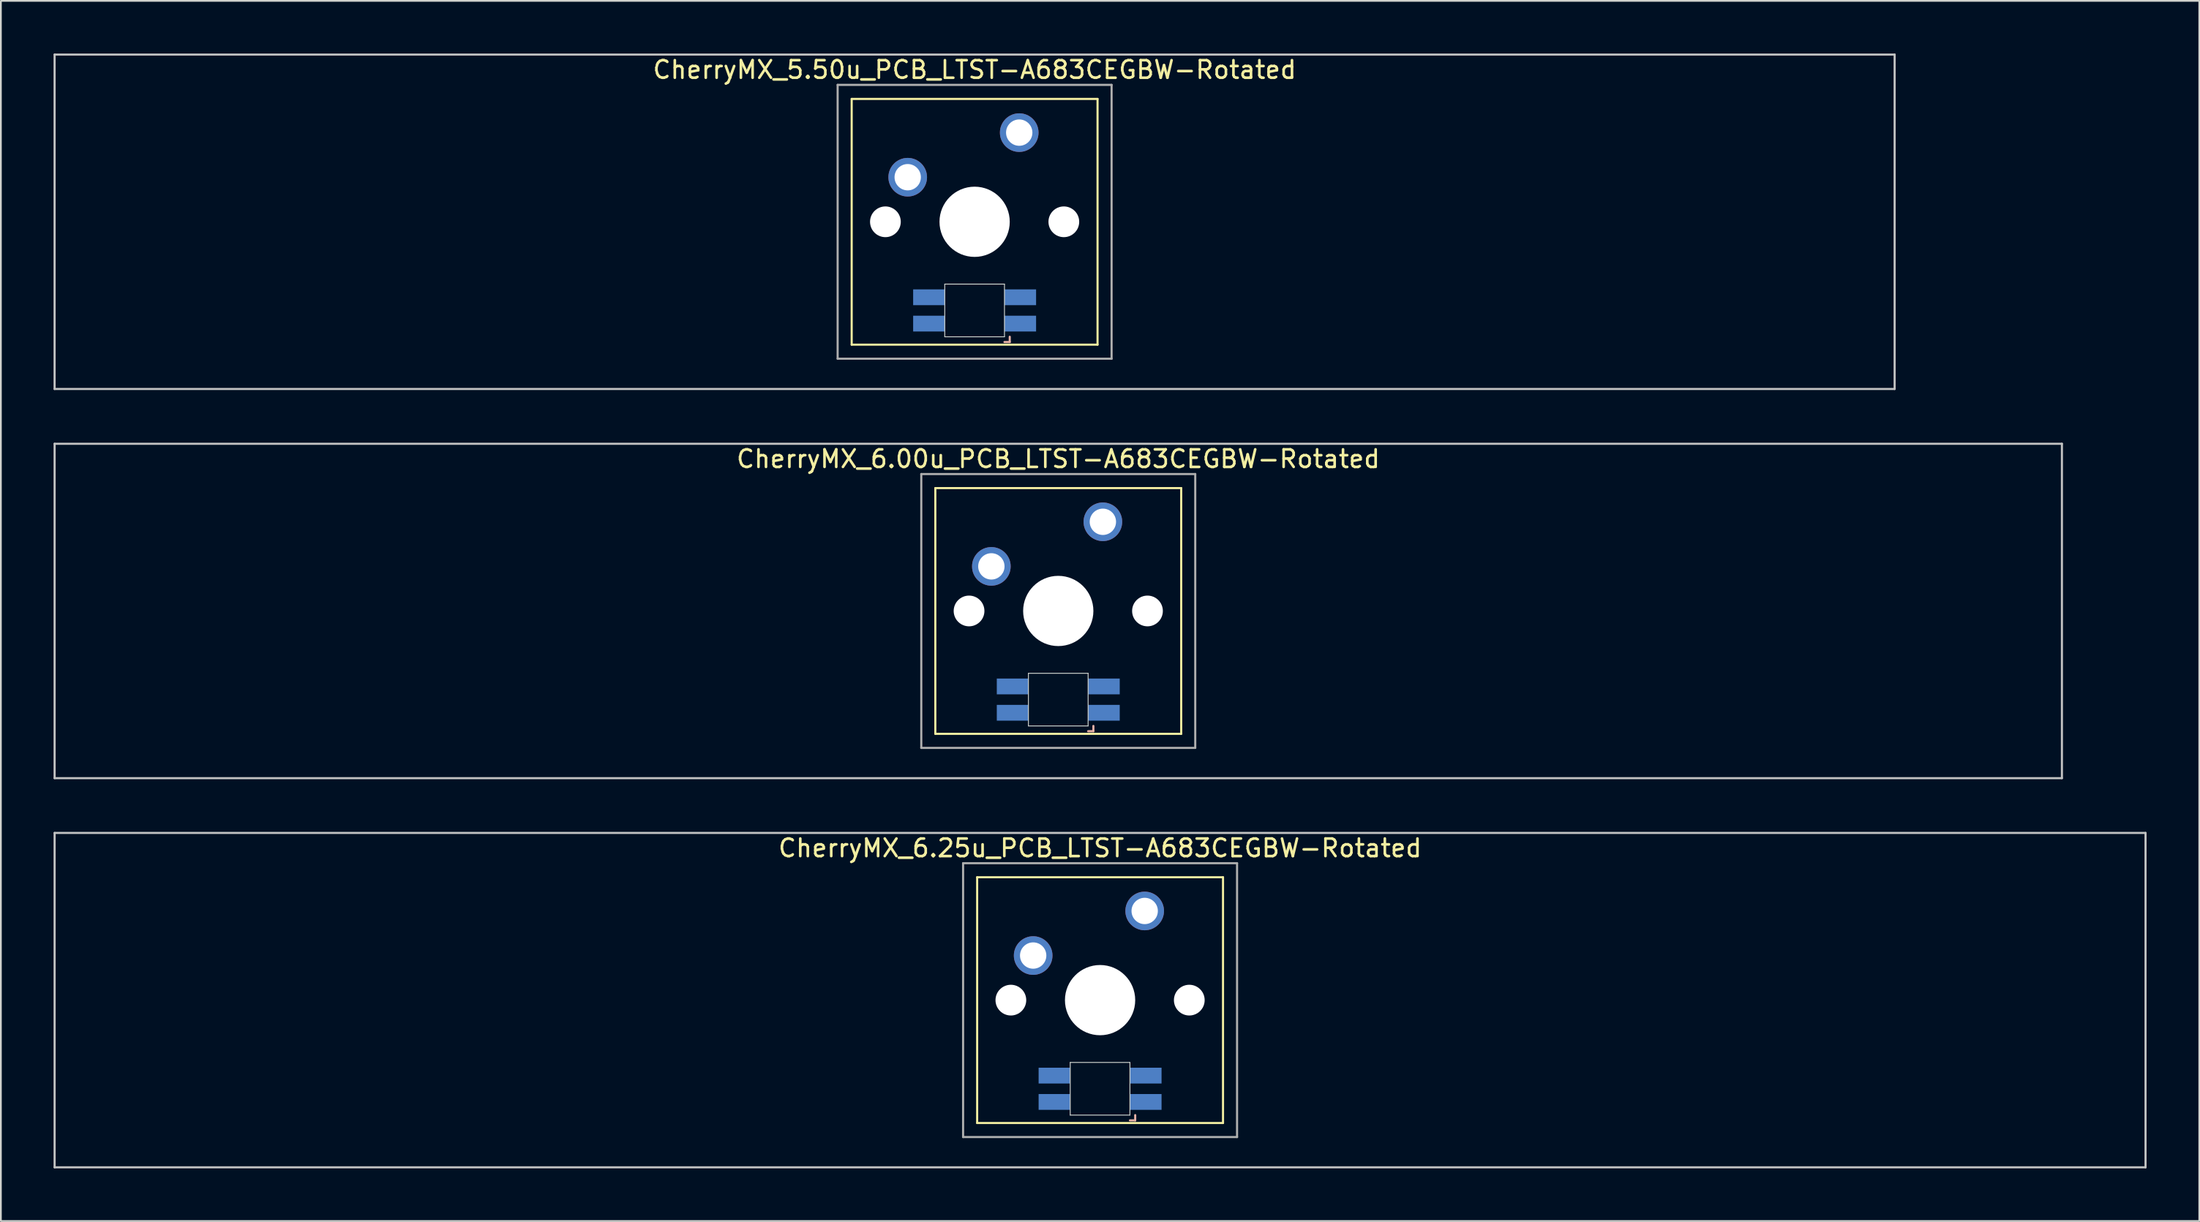
<source format=kicad_pcb>
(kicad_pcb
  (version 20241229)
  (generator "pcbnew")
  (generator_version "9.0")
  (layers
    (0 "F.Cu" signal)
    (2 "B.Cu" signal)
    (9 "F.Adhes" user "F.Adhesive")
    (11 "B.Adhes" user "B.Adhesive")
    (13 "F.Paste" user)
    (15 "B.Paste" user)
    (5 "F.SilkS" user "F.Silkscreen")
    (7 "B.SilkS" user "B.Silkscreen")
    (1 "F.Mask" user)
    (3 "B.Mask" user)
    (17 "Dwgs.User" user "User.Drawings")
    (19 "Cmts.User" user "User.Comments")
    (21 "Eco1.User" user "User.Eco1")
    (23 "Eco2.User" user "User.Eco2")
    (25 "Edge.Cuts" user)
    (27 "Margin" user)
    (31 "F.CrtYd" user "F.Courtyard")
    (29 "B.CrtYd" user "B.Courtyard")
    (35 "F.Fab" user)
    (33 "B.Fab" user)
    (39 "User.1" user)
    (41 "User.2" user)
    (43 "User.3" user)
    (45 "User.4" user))
  (footprint "CherryMX_6.00u_PCB_LTST-A683CEGBW-Rotated"
    (layer "F.Cu")
    (at 57.21 31.755)
    (property "Reference" "CherryMX_6.00u_PCB_LTST-A683CEGBW-Rotated" (at 0 -8.662 0) (layer "F.SilkS") (effects (font (size 1 1) (thickness 0.15))))
    (attr through_hole)
    (fp_line (start -7 -7) (end -7 7) (stroke (width 0.12) (type solid)) (layer "F.SilkS"))
    (fp_line (start -7 -7) (end 7 -7) (stroke (width 0.12) (type solid)) (layer "F.SilkS"))
    (fp_line (start 7 -7) (end 7 7) (stroke (width 0.12) (type solid)) (layer "F.SilkS"))
    (fp_line (start 7 7) (end -7 7) (stroke (width 0.12) (type solid)) (layer "F.SilkS"))
    (fp_line (start 1.7 6.85) (end 2 6.85) (stroke (width 0.12) (type solid)) (layer "B.SilkS"))
    (fp_line (start 2 6.85) (end 2 6.55) (stroke (width 0.12) (type solid)) (layer "B.SilkS"))
    (fp_line (start -57.15 -9.525) (end 57.15 -9.525) (stroke (width 0.12) (type solid)) (layer "Dwgs.User"))
    (fp_line (start -57.15 9.525) (end -57.15 -9.525) (stroke (width 0.12) (type solid)) (layer "Dwgs.User"))
    (fp_line (start 57.15 -9.525) (end 57.15 9.525) (stroke (width 0.12) (type solid)) (layer "Dwgs.User"))
    (fp_line (start 57.15 9.525) (end -57.15 9.525) (stroke (width 0.12) (type solid)) (layer "Dwgs.User"))
    (fp_line (start -1.7 3.55) (end 1.7 3.55) (stroke (width 0.05) (type solid)) (layer "Edge.Cuts"))
    (fp_line (start -1.7 6.55) (end -1.7 3.55) (stroke (width 0.05) (type solid)) (layer "Edge.Cuts"))
    (fp_line (start 1.7 3.55) (end 1.7 6.55) (stroke (width 0.05) (type solid)) (layer "Edge.Cuts"))
    (fp_line (start 1.7 6.55) (end -1.7 6.55) (stroke (width 0.05) (type solid)) (layer "Edge.Cuts"))
    (fp_line (start -7.8 -7.8) (end -7.8 7.8) (stroke (width 0.12) (type solid)) (layer "F.Fab"))
    (fp_line (start -7.8 -7.8) (end 7.8 -7.8) (stroke (width 0.12) (type solid)) (layer "F.Fab"))
    (fp_line (start -7.8 7.8) (end 7.8 7.8) (stroke (width 0.12) (type solid)) (layer "F.Fab"))
    (fp_line (start 7.8 -7.8) (end 7.8 7.8) (stroke (width 0.12) (type solid)) (layer "F.Fab"))
    (pad "" np_thru_hole circle (at -5.08 0) (size 1.75 1.75) (drill 1.75) (layers "*.Cu" "*.Mask"))
    (pad "" np_thru_hole circle (at 0 0) (size 4 4) (drill 4) (layers "*.Cu" "*.Mask"))
    (pad "" np_thru_hole circle (at 5.08 0) (size 1.75 1.75) (drill 1.75) (layers "*.Cu" "*.Mask"))
    (pad "1" thru_hole circle (at -3.81 -2.54) (size 2.2 2.2) (drill 1.5) (layers "*.Cu" "*.Mask"))
    (pad "2" thru_hole circle (at 2.54 -5.08) (size 2.2 2.2) (drill 1.5) (layers "*.Cu" "*.Mask"))
    (pad "3" smd rect (at 2.6 5.8) (size 1.8 0.9) (layers "B.Cu" "B.Mask" "B.Paste"))
    (pad "4" smd rect (at 2.6 4.3) (size 1.8 0.9) (layers "B.Cu" "B.Mask" "B.Paste"))
    (pad "5" smd rect (at -2.6 5.8) (size 1.8 0.9) (layers "B.Cu" "B.Mask" "B.Paste"))
    (pad "6" smd rect (at -2.6 4.3) (size 1.8 0.9) (layers "B.Cu" "B.Mask" "B.Paste")))
  (footprint "CherryMX_5.50u_PCB_LTST-A683CEGBW-Rotated"
    (layer "F.Cu")
    (at 52.447 9.585)
    (property "Reference" "CherryMX_5.50u_PCB_LTST-A683CEGBW-Rotated" (at 0 -8.662 0) (layer "F.SilkS") (effects (font (size 1 1) (thickness 0.15))))
    (attr through_hole)
    (fp_line (start -7 -7) (end -7 7) (stroke (width 0.12) (type solid)) (layer "F.SilkS"))
    (fp_line (start -7 -7) (end 7 -7) (stroke (width 0.12) (type solid)) (layer "F.SilkS"))
    (fp_line (start 7 -7) (end 7 7) (stroke (width 0.12) (type solid)) (layer "F.SilkS"))
    (fp_line (start 7 7) (end -7 7) (stroke (width 0.12) (type solid)) (layer "F.SilkS"))
    (fp_line (start 1.7 6.85) (end 2 6.85) (stroke (width 0.12) (type solid)) (layer "B.SilkS"))
    (fp_line (start 2 6.85) (end 2 6.55) (stroke (width 0.12) (type solid)) (layer "B.SilkS"))
    (fp_line (start -52.388 -9.525) (end 52.388 -9.525) (stroke (width 0.12) (type solid)) (layer "Dwgs.User"))
    (fp_line (start -52.388 9.525) (end -52.388 -9.525) (stroke (width 0.12) (type solid)) (layer "Dwgs.User"))
    (fp_line (start 52.388 -9.525) (end 52.388 9.525) (stroke (width 0.12) (type solid)) (layer "Dwgs.User"))
    (fp_line (start 52.388 9.525) (end -52.388 9.525) (stroke (width 0.12) (type solid)) (layer "Dwgs.User"))
    (fp_line (start -1.7 3.55) (end 1.7 3.55) (stroke (width 0.05) (type solid)) (layer "Edge.Cuts"))
    (fp_line (start -1.7 6.55) (end -1.7 3.55) (stroke (width 0.05) (type solid)) (layer "Edge.Cuts"))
    (fp_line (start 1.7 3.55) (end 1.7 6.55) (stroke (width 0.05) (type solid)) (layer "Edge.Cuts"))
    (fp_line (start 1.7 6.55) (end -1.7 6.55) (stroke (width 0.05) (type solid)) (layer "Edge.Cuts"))
    (fp_line (start -7.8 -7.8) (end -7.8 7.8) (stroke (width 0.12) (type solid)) (layer "F.Fab"))
    (fp_line (start -7.8 -7.8) (end 7.8 -7.8) (stroke (width 0.12) (type solid)) (layer "F.Fab"))
    (fp_line (start -7.8 7.8) (end 7.8 7.8) (stroke (width 0.12) (type solid)) (layer "F.Fab"))
    (fp_line (start 7.8 -7.8) (end 7.8 7.8) (stroke (width 0.12) (type solid)) (layer "F.Fab"))
    (pad "" np_thru_hole circle (at -5.08 0) (size 1.75 1.75) (drill 1.75) (layers "*.Cu" "*.Mask"))
    (pad "" np_thru_hole circle (at 0 0) (size 4 4) (drill 4) (layers "*.Cu" "*.Mask"))
    (pad "" np_thru_hole circle (at 5.08 0) (size 1.75 1.75) (drill 1.75) (layers "*.Cu" "*.Mask"))
    (pad "1" thru_hole circle (at -3.81 -2.54) (size 2.2 2.2) (drill 1.5) (layers "*.Cu" "*.Mask"))
    (pad "2" thru_hole circle (at 2.54 -5.08) (size 2.2 2.2) (drill 1.5) (layers "*.Cu" "*.Mask"))
    (pad "3" smd rect (at 2.6 5.8) (size 1.8 0.9) (layers "B.Cu" "B.Mask" "B.Paste"))
    (pad "4" smd rect (at 2.6 4.3) (size 1.8 0.9) (layers "B.Cu" "B.Mask" "B.Paste"))
    (pad "5" smd rect (at -2.6 5.8) (size 1.8 0.9) (layers "B.Cu" "B.Mask" "B.Paste"))
    (pad "6" smd rect (at -2.6 4.3) (size 1.8 0.9) (layers "B.Cu" "B.Mask" "B.Paste")))
  (footprint "CherryMX_6.25u_PCB_LTST-A683CEGBW-Rotated"
    (layer "F.Cu")
    (at 59.591 53.925)
    (property "Reference" "CherryMX_6.25u_PCB_LTST-A683CEGBW-Rotated" (at 0 -8.662 0) (layer "F.SilkS") (effects (font (size 1 1) (thickness 0.15))))
    (attr through_hole)
    (fp_line (start -7 -7) (end -7 7) (stroke (width 0.12) (type solid)) (layer "F.SilkS"))
    (fp_line (start -7 -7) (end 7 -7) (stroke (width 0.12) (type solid)) (layer "F.SilkS"))
    (fp_line (start 7 -7) (end 7 7) (stroke (width 0.12) (type solid)) (layer "F.SilkS"))
    (fp_line (start 7 7) (end -7 7) (stroke (width 0.12) (type solid)) (layer "F.SilkS"))
    (fp_line (start 1.7 6.85) (end 2 6.85) (stroke (width 0.12) (type solid)) (layer "B.SilkS"))
    (fp_line (start 2 6.85) (end 2 6.55) (stroke (width 0.12) (type solid)) (layer "B.SilkS"))
    (fp_line (start -59.531 -9.525) (end 59.531 -9.525) (stroke (width 0.12) (type solid)) (layer "Dwgs.User"))
    (fp_line (start -59.531 9.525) (end -59.531 -9.525) (stroke (width 0.12) (type solid)) (layer "Dwgs.User"))
    (fp_line (start 59.531 -9.525) (end 59.531 9.525) (stroke (width 0.12) (type solid)) (layer "Dwgs.User"))
    (fp_line (start 59.531 9.525) (end -59.531 9.525) (stroke (width 0.12) (type solid)) (layer "Dwgs.User"))
    (fp_line (start -1.7 3.55) (end 1.7 3.55) (stroke (width 0.05) (type solid)) (layer "Edge.Cuts"))
    (fp_line (start -1.7 6.55) (end -1.7 3.55) (stroke (width 0.05) (type solid)) (layer "Edge.Cuts"))
    (fp_line (start 1.7 3.55) (end 1.7 6.55) (stroke (width 0.05) (type solid)) (layer "Edge.Cuts"))
    (fp_line (start 1.7 6.55) (end -1.7 6.55) (stroke (width 0.05) (type solid)) (layer "Edge.Cuts"))
    (fp_line (start -7.8 -7.8) (end -7.8 7.8) (stroke (width 0.12) (type solid)) (layer "F.Fab"))
    (fp_line (start -7.8 -7.8) (end 7.8 -7.8) (stroke (width 0.12) (type solid)) (layer "F.Fab"))
    (fp_line (start -7.8 7.8) (end 7.8 7.8) (stroke (width 0.12) (type solid)) (layer "F.Fab"))
    (fp_line (start 7.8 -7.8) (end 7.8 7.8) (stroke (width 0.12) (type solid)) (layer "F.Fab"))
    (pad "" np_thru_hole circle (at -5.08 0) (size 1.75 1.75) (drill 1.75) (layers "*.Cu" "*.Mask"))
    (pad "" np_thru_hole circle (at 0 0) (size 4 4) (drill 4) (layers "*.Cu" "*.Mask"))
    (pad "" np_thru_hole circle (at 5.08 0) (size 1.75 1.75) (drill 1.75) (layers "*.Cu" "*.Mask"))
    (pad "1" thru_hole circle (at -3.81 -2.54) (size 2.2 2.2) (drill 1.5) (layers "*.Cu" "*.Mask"))
    (pad "2" thru_hole circle (at 2.54 -5.08) (size 2.2 2.2) (drill 1.5) (layers "*.Cu" "*.Mask"))
    (pad "3" smd rect (at 2.6 5.8) (size 1.8 0.9) (layers "B.Cu" "B.Mask" "B.Paste"))
    (pad "4" smd rect (at 2.6 4.3) (size 1.8 0.9) (layers "B.Cu" "B.Mask" "B.Paste"))
    (pad "5" smd rect (at -2.6 5.8) (size 1.8 0.9) (layers "B.Cu" "B.Mask" "B.Paste"))
    (pad "6" smd rect (at -2.6 4.3) (size 1.8 0.9) (layers "B.Cu" "B.Mask" "B.Paste")))
  (gr_rect
    (start -3 -3)
    (end 122.183 66.51)
    (stroke (width 0.1) (type default))
    (fill no)
    (layer "Edge.Cuts")))
</source>
